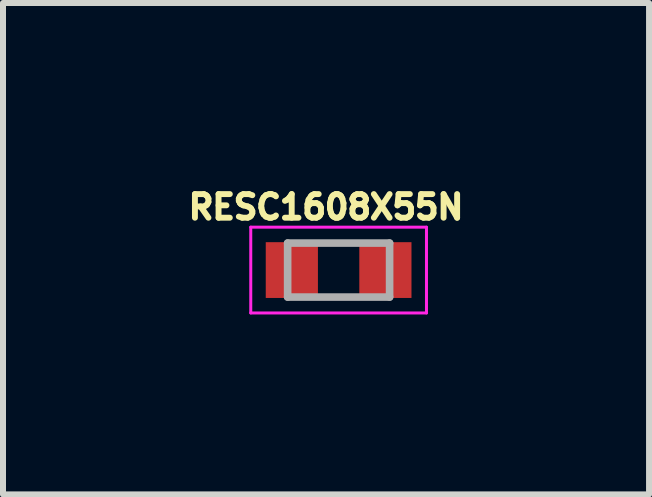
<source format=kicad_pcb>
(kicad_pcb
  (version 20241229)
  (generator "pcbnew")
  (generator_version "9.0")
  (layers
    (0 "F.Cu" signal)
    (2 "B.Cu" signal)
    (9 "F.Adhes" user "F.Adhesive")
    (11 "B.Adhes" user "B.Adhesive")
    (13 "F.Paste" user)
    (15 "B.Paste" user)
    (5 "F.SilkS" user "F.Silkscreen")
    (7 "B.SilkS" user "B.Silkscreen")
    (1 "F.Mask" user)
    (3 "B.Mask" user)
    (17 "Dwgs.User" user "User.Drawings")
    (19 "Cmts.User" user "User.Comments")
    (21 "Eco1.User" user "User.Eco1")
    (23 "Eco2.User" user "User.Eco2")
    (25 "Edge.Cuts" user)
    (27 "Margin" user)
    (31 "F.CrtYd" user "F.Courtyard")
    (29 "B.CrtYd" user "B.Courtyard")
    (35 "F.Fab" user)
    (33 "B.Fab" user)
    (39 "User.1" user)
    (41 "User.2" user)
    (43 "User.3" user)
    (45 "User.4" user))
  (footprint "RESC1608X55N"
    (layer "F.Cu")
    (at 2.596 1.453)
    (property "Reference" "RESC1608X55N" (at -0.21 -1.05 0) (layer "F.SilkS") (effects (font (size 0.394 0.394) (thickness 0.15))))
    (attr through_hole)
    (fp_line (start -1.465 -0.715) (end 1.465 -0.715) (stroke (width 0.05) (type solid)) (layer "F.CrtYd"))
    (fp_line (start -1.465 0.715) (end -1.465 -0.715) (stroke (width 0.05) (type solid)) (layer "F.CrtYd"))
    (fp_line (start -1.465 0.715) (end 1.465 0.715) (stroke (width 0.05) (type solid)) (layer "F.CrtYd"))
    (fp_line (start 1.465 0.715) (end 1.465 -0.715) (stroke (width 0.05) (type solid)) (layer "F.CrtYd"))
    (fp_line (start -0.85 0.45) (end -0.85 -0.45) (stroke (width 0.127) (type solid)) (layer "F.Fab"))
    (fp_line (start 0.85 -0.45) (end -0.85 -0.45) (stroke (width 0.127) (type solid)) (layer "F.Fab"))
    (fp_line (start 0.85 0.45) (end -0.85 0.45) (stroke (width 0.127) (type solid)) (layer "F.Fab"))
    (fp_line (start 0.85 0.45) (end 0.85 -0.45) (stroke (width 0.127) (type solid)) (layer "F.Fab"))
    (pad "1" smd rect (at -0.78 0) (size 0.87 0.93) (layers "F.Cu" "F.Mask" "F.Paste"))
    (pad "2" smd rect (at 0.78 0) (size 0.87 0.93) (layers "F.Cu" "F.Mask" "F.Paste")))
  (gr_rect
    (start -3 -3)
    (end 7.772 5.193)
    (stroke (width 0.1) (type default))
    (fill no)
    (layer "Edge.Cuts")))
</source>
